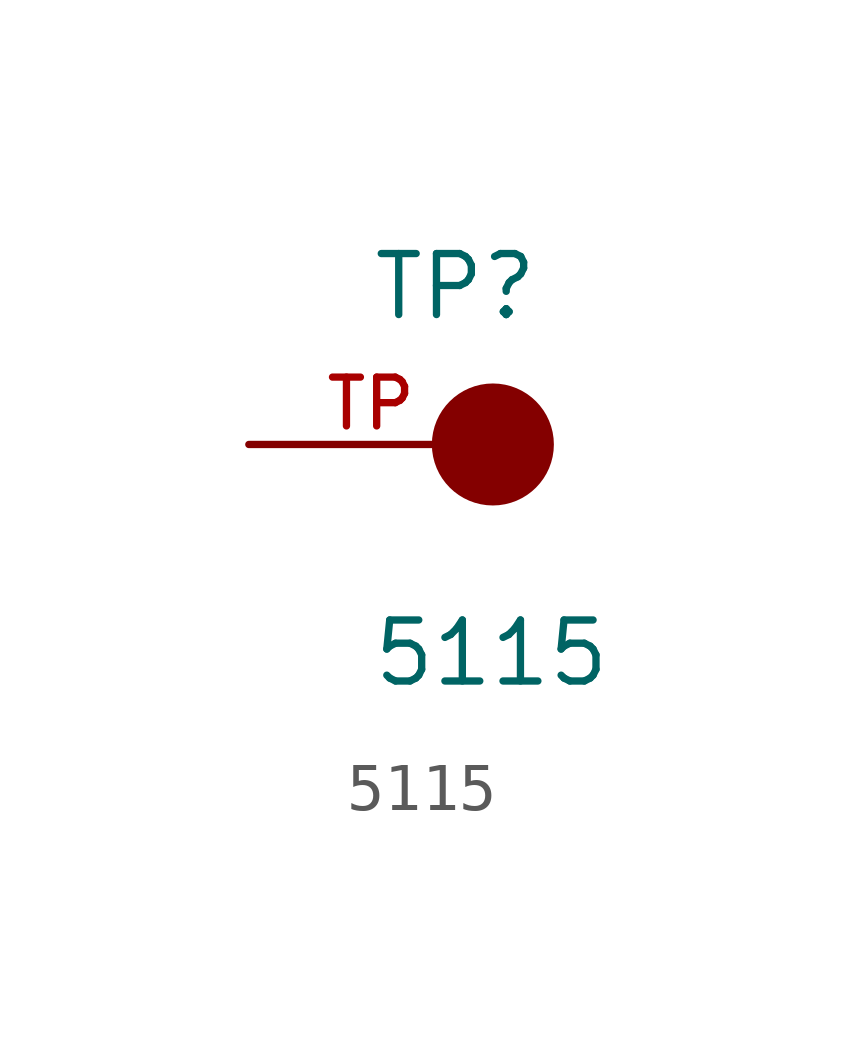
<source format=kicad_sym>
(kicad_symbol_lib
  (version 20211014)
  (generator kicad_symbol_editor)
  (symbol "5115"
    (pin_names
      (offset 1.016))
    (property "Reference" "TP"
      (at -2.544 2.541 0)
      (effects (font (size 1.27 1.27)) (justify bottom left)))
    (property "Value" "5115"
      (at -2.55 -5.087 0)
      (effects (font (size 1.27 1.27)) (justify bottom left)))
    (symbol "5115_0_0"
      (circle (center 0.0 0.0) (radius 0.635) (stroke (width 1.27)) (fill (type none)))
      (pin passive line (at -5.08 0.0 0) (length 5.08) (name "~" (effects (font (size 1.016 1.016)))) (number "TP" (effects (font (size 1.016 1.016))))))))
</source>
